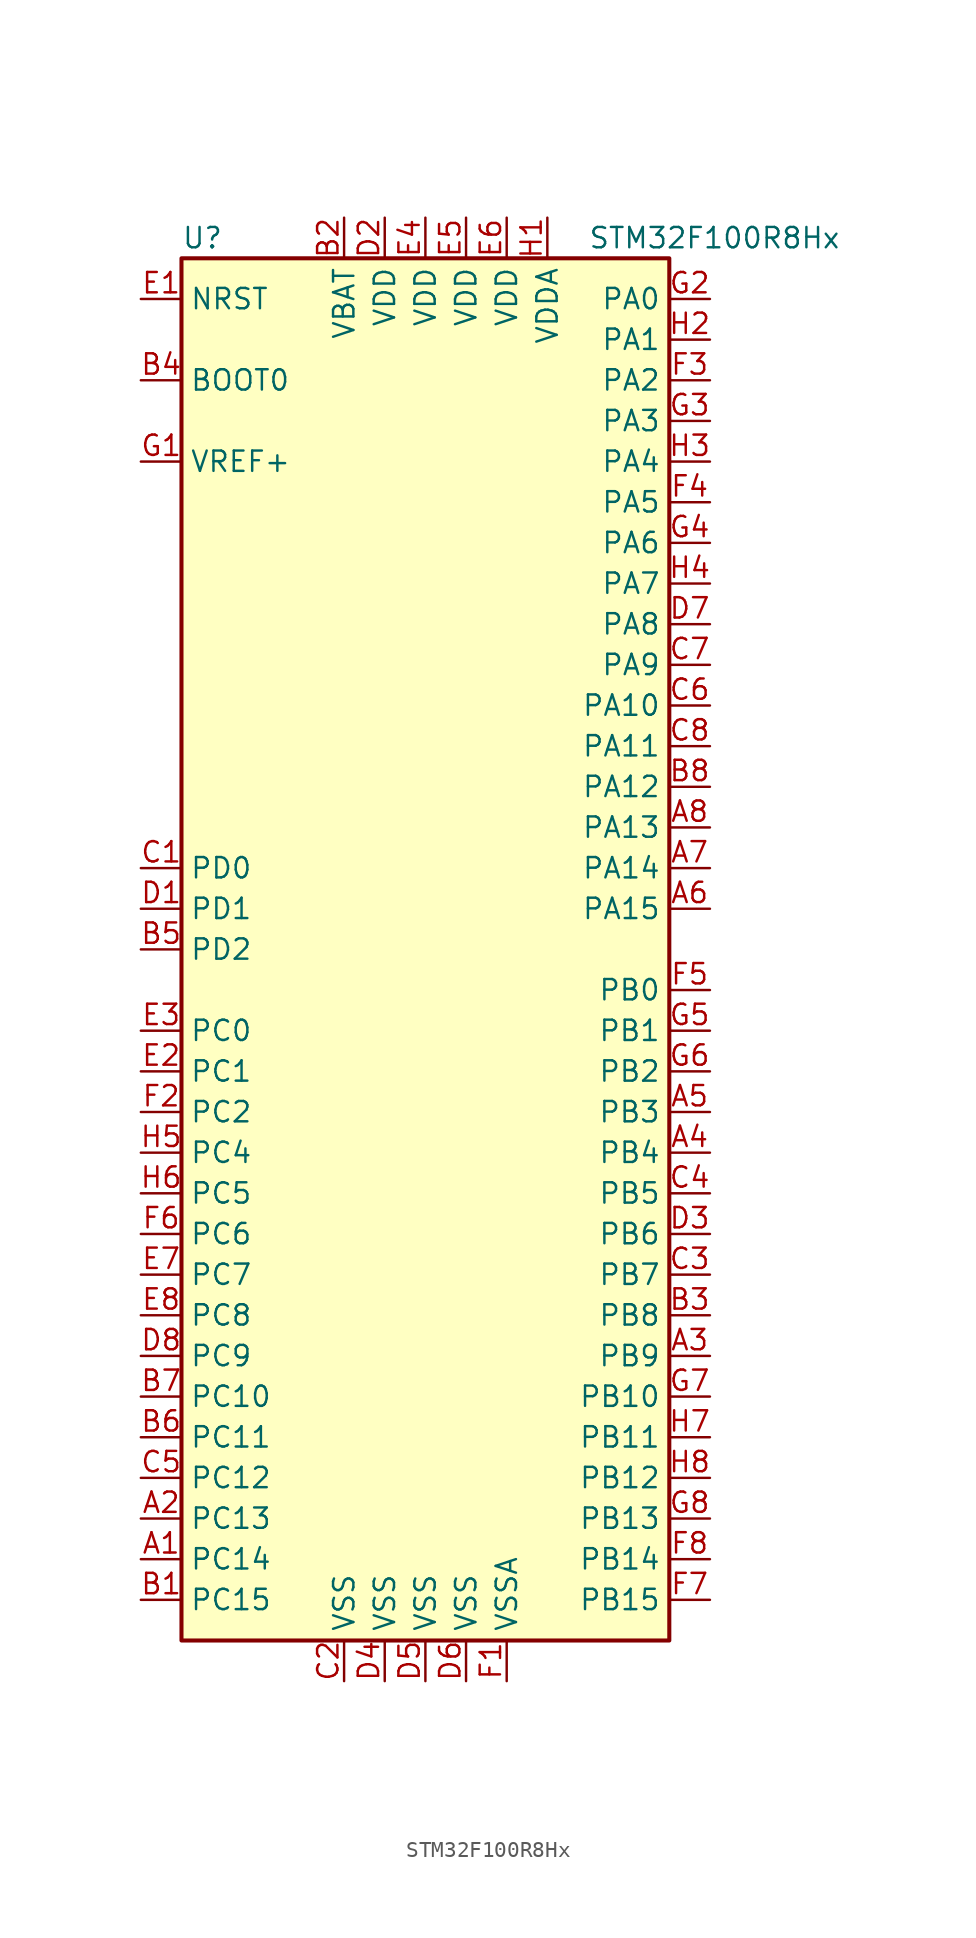
<source format=kicad_sym>
(kicad_symbol_lib
  (version 20211014)
  (generator kicad_symbol_editor)
  (symbol "STM32F100R8Hx"
    (property "Reference" "U"
      (at -15.24 44.45 0)
      (effects (font (size 1.27 1.27)) (justify left)))
    (property "Value" "STM32F100R8Hx"
      (at 10.16 44.45 0)
      (effects (font (size 1.27 1.27)) (justify left)))
    (symbol "STM32F100R8Hx_0_1"
      (rectangle (start -15.24 -43.18) (end 15.24 43.18) (stroke (width 0.254) (type default) (color 0 0 0 0)) (fill (type background))))
    (symbol "STM32F100R8Hx_1_1"
      (pin bidirectional line (at -17.78 -38.1 0) (length 2.54) (name "PC14" (effects (font (size 1.27 1.27)))) (number "A1" (effects (font (size 1.27 1.27)))))
      (pin bidirectional line (at -17.78 -35.56 0) (length 2.54) (name "PC13" (effects (font (size 1.27 1.27)))) (number "A2" (effects (font (size 1.27 1.27)))))
      (pin bidirectional line (at 17.78 -25.4 180) (length 2.54) (name "PB9" (effects (font (size 1.27 1.27)))) (number "A3" (effects (font (size 1.27 1.27)))))
      (pin bidirectional line (at 17.78 -12.7 180) (length 2.54) (name "PB4" (effects (font (size 1.27 1.27)))) (number "A4" (effects (font (size 1.27 1.27)))))
      (pin bidirectional line (at 17.78 -10.16 180) (length 2.54) (name "PB3" (effects (font (size 1.27 1.27)))) (number "A5" (effects (font (size 1.27 1.27)))))
      (pin bidirectional line (at 17.78 2.54 180) (length 2.54) (name "PA15" (effects (font (size 1.27 1.27)))) (number "A6" (effects (font (size 1.27 1.27)))))
      (pin bidirectional line (at 17.78 5.08 180) (length 2.54) (name "PA14" (effects (font (size 1.27 1.27)))) (number "A7" (effects (font (size 1.27 1.27)))))
      (pin bidirectional line (at 17.78 7.62 180) (length 2.54) (name "PA13" (effects (font (size 1.27 1.27)))) (number "A8" (effects (font (size 1.27 1.27)))))
      (pin bidirectional line (at -17.78 -40.64 0) (length 2.54) (name "PC15" (effects (font (size 1.27 1.27)))) (number "B1" (effects (font (size 1.27 1.27)))))
      (pin power_in line (at -5.08 45.72 270) (length 2.54) (name "VBAT" (effects (font (size 1.27 1.27)))) (number "B2" (effects (font (size 1.27 1.27)))))
      (pin bidirectional line (at 17.78 -22.86 180) (length 2.54) (name "PB8" (effects (font (size 1.27 1.27)))) (number "B3" (effects (font (size 1.27 1.27)))))
      (pin input line (at -17.78 35.56 0) (length 2.54) (name "BOOT0" (effects (font (size 1.27 1.27)))) (number "B4" (effects (font (size 1.27 1.27)))))
      (pin bidirectional line (at -17.78 0 0) (length 2.54) (name "PD2" (effects (font (size 1.27 1.27)))) (number "B5" (effects (font (size 1.27 1.27)))))
      (pin bidirectional line (at -17.78 -30.48 0) (length 2.54) (name "PC11" (effects (font (size 1.27 1.27)))) (number "B6" (effects (font (size 1.27 1.27)))))
      (pin bidirectional line (at -17.78 -27.94 0) (length 2.54) (name "PC10" (effects (font (size 1.27 1.27)))) (number "B7" (effects (font (size 1.27 1.27)))))
      (pin bidirectional line (at 17.78 10.16 180) (length 2.54) (name "PA12" (effects (font (size 1.27 1.27)))) (number "B8" (effects (font (size 1.27 1.27)))))
      (pin input line (at -17.78 5.08 0) (length 2.54) (name "PD0" (effects (font (size 1.27 1.27)))) (number "C1" (effects (font (size 1.27 1.27)))))
      (pin power_in line (at -5.08 -45.72 90) (length 2.54) (name "VSS" (effects (font (size 1.27 1.27)))) (number "C2" (effects (font (size 1.27 1.27)))))
      (pin bidirectional line (at 17.78 -20.32 180) (length 2.54) (name "PB7" (effects (font (size 1.27 1.27)))) (number "C3" (effects (font (size 1.27 1.27)))))
      (pin bidirectional line (at 17.78 -15.24 180) (length 2.54) (name "PB5" (effects (font (size 1.27 1.27)))) (number "C4" (effects (font (size 1.27 1.27)))))
      (pin bidirectional line (at -17.78 -33.02 0) (length 2.54) (name "PC12" (effects (font (size 1.27 1.27)))) (number "C5" (effects (font (size 1.27 1.27)))))
      (pin bidirectional line (at 17.78 15.24 180) (length 2.54) (name "PA10" (effects (font (size 1.27 1.27)))) (number "C6" (effects (font (size 1.27 1.27)))))
      (pin bidirectional line (at 17.78 17.78 180) (length 2.54) (name "PA9" (effects (font (size 1.27 1.27)))) (number "C7" (effects (font (size 1.27 1.27)))))
      (pin bidirectional line (at 17.78 12.7 180) (length 2.54) (name "PA11" (effects (font (size 1.27 1.27)))) (number "C8" (effects (font (size 1.27 1.27)))))
      (pin input line (at -17.78 2.54 0) (length 2.54) (name "PD1" (effects (font (size 1.27 1.27)))) (number "D1" (effects (font (size 1.27 1.27)))))
      (pin power_in line (at -2.54 45.72 270) (length 2.54) (name "VDD" (effects (font (size 1.27 1.27)))) (number "D2" (effects (font (size 1.27 1.27)))))
      (pin bidirectional line (at 17.78 -17.78 180) (length 2.54) (name "PB6" (effects (font (size 1.27 1.27)))) (number "D3" (effects (font (size 1.27 1.27)))))
      (pin power_in line (at -2.54 -45.72 90) (length 2.54) (name "VSS" (effects (font (size 1.27 1.27)))) (number "D4" (effects (font (size 1.27 1.27)))))
      (pin power_in line (at 0 -45.72 90) (length 2.54) (name "VSS" (effects (font (size 1.27 1.27)))) (number "D5" (effects (font (size 1.27 1.27)))))
      (pin power_in line (at 2.54 -45.72 90) (length 2.54) (name "VSS" (effects (font (size 1.27 1.27)))) (number "D6" (effects (font (size 1.27 1.27)))))
      (pin bidirectional line (at 17.78 20.32 180) (length 2.54) (name "PA8" (effects (font (size 1.27 1.27)))) (number "D7" (effects (font (size 1.27 1.27)))))
      (pin bidirectional line (at -17.78 -25.4 0) (length 2.54) (name "PC9" (effects (font (size 1.27 1.27)))) (number "D8" (effects (font (size 1.27 1.27)))))
      (pin input line (at -17.78 40.64 0) (length 2.54) (name "NRST" (effects (font (size 1.27 1.27)))) (number "E1" (effects (font (size 1.27 1.27)))))
      (pin bidirectional line (at -17.78 -7.62 0) (length 2.54) (name "PC1" (effects (font (size 1.27 1.27)))) (number "E2" (effects (font (size 1.27 1.27)))))
      (pin bidirectional line (at -17.78 -5.08 0) (length 2.54) (name "PC0" (effects (font (size 1.27 1.27)))) (number "E3" (effects (font (size 1.27 1.27)))))
      (pin power_in line (at 0 45.72 270) (length 2.54) (name "VDD" (effects (font (size 1.27 1.27)))) (number "E4" (effects (font (size 1.27 1.27)))))
      (pin power_in line (at 2.54 45.72 270) (length 2.54) (name "VDD" (effects (font (size 1.27 1.27)))) (number "E5" (effects (font (size 1.27 1.27)))))
      (pin power_in line (at 5.08 45.72 270) (length 2.54) (name "VDD" (effects (font (size 1.27 1.27)))) (number "E6" (effects (font (size 1.27 1.27)))))
      (pin bidirectional line (at -17.78 -20.32 0) (length 2.54) (name "PC7" (effects (font (size 1.27 1.27)))) (number "E7" (effects (font (size 1.27 1.27)))))
      (pin bidirectional line (at -17.78 -22.86 0) (length 2.54) (name "PC8" (effects (font (size 1.27 1.27)))) (number "E8" (effects (font (size 1.27 1.27)))))
      (pin power_in line (at 5.08 -45.72 90) (length 2.54) (name "VSSA" (effects (font (size 1.27 1.27)))) (number "F1" (effects (font (size 1.27 1.27)))))
      (pin bidirectional line (at -17.78 -10.16 0) (length 2.54) (name "PC2" (effects (font (size 1.27 1.27)))) (number "F2" (effects (font (size 1.27 1.27)))))
      (pin bidirectional line (at 17.78 35.56 180) (length 2.54) (name "PA2" (effects (font (size 1.27 1.27)))) (number "F3" (effects (font (size 1.27 1.27)))))
      (pin bidirectional line (at 17.78 27.94 180) (length 2.54) (name "PA5" (effects (font (size 1.27 1.27)))) (number "F4" (effects (font (size 1.27 1.27)))))
      (pin bidirectional line (at 17.78 -2.54 180) (length 2.54) (name "PB0" (effects (font (size 1.27 1.27)))) (number "F5" (effects (font (size 1.27 1.27)))))
      (pin bidirectional line (at -17.78 -17.78 0) (length 2.54) (name "PC6" (effects (font (size 1.27 1.27)))) (number "F6" (effects (font (size 1.27 1.27)))))
      (pin bidirectional line (at 17.78 -40.64 180) (length 2.54) (name "PB15" (effects (font (size 1.27 1.27)))) (number "F7" (effects (font (size 1.27 1.27)))))
      (pin bidirectional line (at 17.78 -38.1 180) (length 2.54) (name "PB14" (effects (font (size 1.27 1.27)))) (number "F8" (effects (font (size 1.27 1.27)))))
      (pin power_in line (at -17.78 30.48 0) (length 2.54) (name "VREF+" (effects (font (size 1.27 1.27)))) (number "G1" (effects (font (size 1.27 1.27)))))
      (pin bidirectional line (at 17.78 40.64 180) (length 2.54) (name "PA0" (effects (font (size 1.27 1.27)))) (number "G2" (effects (font (size 1.27 1.27)))))
      (pin bidirectional line (at 17.78 33.02 180) (length 2.54) (name "PA3" (effects (font (size 1.27 1.27)))) (number "G3" (effects (font (size 1.27 1.27)))))
      (pin bidirectional line (at 17.78 25.4 180) (length 2.54) (name "PA6" (effects (font (size 1.27 1.27)))) (number "G4" (effects (font (size 1.27 1.27)))))
      (pin bidirectional line (at 17.78 -5.08 180) (length 2.54) (name "PB1" (effects (font (size 1.27 1.27)))) (number "G5" (effects (font (size 1.27 1.27)))))
      (pin bidirectional line (at 17.78 -7.62 180) (length 2.54) (name "PB2" (effects (font (size 1.27 1.27)))) (number "G6" (effects (font (size 1.27 1.27)))))
      (pin bidirectional line (at 17.78 -27.94 180) (length 2.54) (name "PB10" (effects (font (size 1.27 1.27)))) (number "G7" (effects (font (size 1.27 1.27)))))
      (pin bidirectional line (at 17.78 -35.56 180) (length 2.54) (name "PB13" (effects (font (size 1.27 1.27)))) (number "G8" (effects (font (size 1.27 1.27)))))
      (pin power_in line (at 7.62 45.72 270) (length 2.54) (name "VDDA" (effects (font (size 1.27 1.27)))) (number "H1" (effects (font (size 1.27 1.27)))))
      (pin bidirectional line (at 17.78 38.1 180) (length 2.54) (name "PA1" (effects (font (size 1.27 1.27)))) (number "H2" (effects (font (size 1.27 1.27)))))
      (pin bidirectional line (at 17.78 30.48 180) (length 2.54) (name "PA4" (effects (font (size 1.27 1.27)))) (number "H3" (effects (font (size 1.27 1.27)))))
      (pin bidirectional line (at 17.78 22.86 180) (length 2.54) (name "PA7" (effects (font (size 1.27 1.27)))) (number "H4" (effects (font (size 1.27 1.27)))))
      (pin bidirectional line (at -17.78 -12.7 0) (length 2.54) (name "PC4" (effects (font (size 1.27 1.27)))) (number "H5" (effects (font (size 1.27 1.27)))))
      (pin bidirectional line (at -17.78 -15.24 0) (length 2.54) (name "PC5" (effects (font (size 1.27 1.27)))) (number "H6" (effects (font (size 1.27 1.27)))))
      (pin bidirectional line (at 17.78 -30.48 180) (length 2.54) (name "PB11" (effects (font (size 1.27 1.27)))) (number "H7" (effects (font (size 1.27 1.27)))))
      (pin bidirectional line (at 17.78 -33.02 180) (length 2.54) (name "PB12" (effects (font (size 1.27 1.27)))) (number "H8" (effects (font (size 1.27 1.27))))))))
</source>
